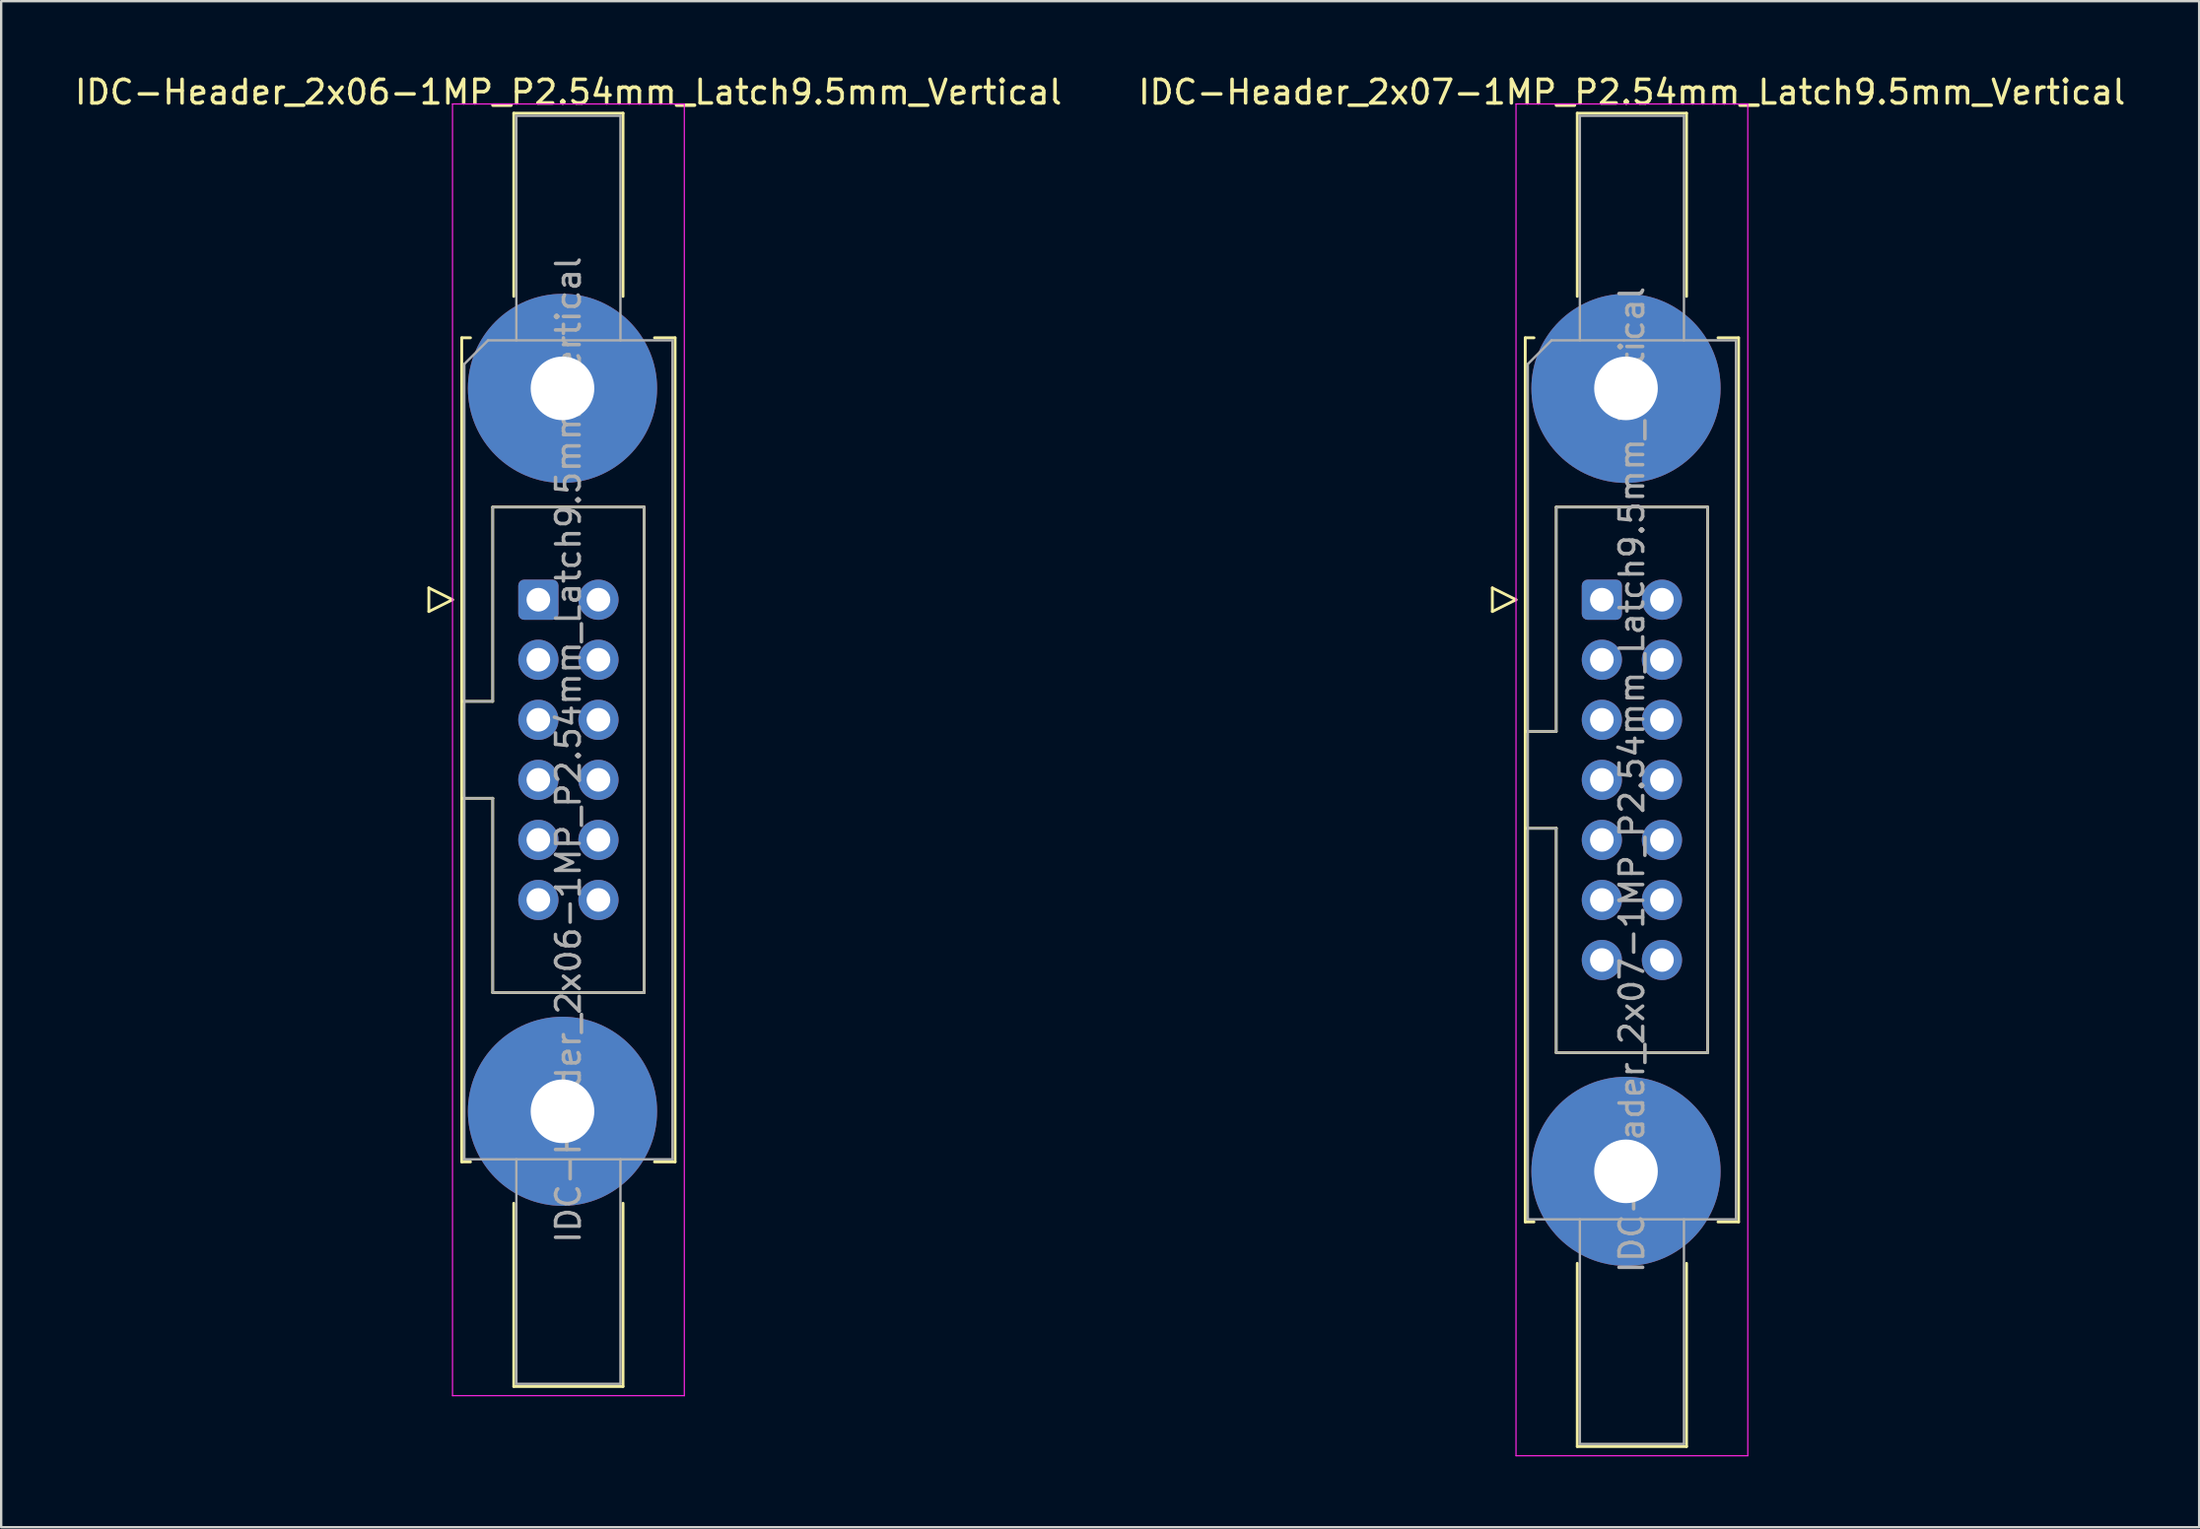
<source format=kicad_pcb>
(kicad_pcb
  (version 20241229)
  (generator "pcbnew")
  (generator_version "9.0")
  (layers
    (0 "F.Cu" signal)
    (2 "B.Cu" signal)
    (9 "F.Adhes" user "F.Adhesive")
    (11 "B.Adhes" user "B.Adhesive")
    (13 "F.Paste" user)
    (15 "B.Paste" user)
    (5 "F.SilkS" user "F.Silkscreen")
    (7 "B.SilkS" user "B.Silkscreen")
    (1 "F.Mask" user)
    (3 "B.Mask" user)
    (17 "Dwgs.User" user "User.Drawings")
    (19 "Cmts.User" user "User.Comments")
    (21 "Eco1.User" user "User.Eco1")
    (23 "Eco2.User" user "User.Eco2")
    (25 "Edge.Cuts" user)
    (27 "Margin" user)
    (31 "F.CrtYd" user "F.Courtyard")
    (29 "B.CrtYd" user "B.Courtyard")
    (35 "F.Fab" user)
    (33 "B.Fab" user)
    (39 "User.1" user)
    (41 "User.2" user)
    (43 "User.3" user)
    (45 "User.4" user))
  (footprint "IDC-Header_2x07-1MP_P2.54mm_Latch9.5mm_Vertical"
    (layer "F.Cu")
    (at 64.676 22.318)
    (property "Reference" "IDC-Header_2x07-1MP_P2.54mm_Latch9.5mm_Vertical" (at 1.27 -21.47 0) (layer "F.SilkS") (effects (font (size 1 1) (thickness 0.15))))
    (attr through_hole)
    (fp_line (start -4.63 -0.5) (end -4.63 0.5) (stroke (width 0.12) (type solid)) (layer "F.SilkS"))
    (fp_line (start -4.63 0.5) (end -3.63 0) (stroke (width 0.12) (type solid)) (layer "F.SilkS"))
    (fp_line (start -3.63 0) (end -4.63 -0.5) (stroke (width 0.12) (type solid)) (layer "F.SilkS"))
    (fp_line (start -3.24 -11.08) (end -3.24 26.32) (stroke (width 0.12) (type solid)) (layer "F.SilkS"))
    (fp_line (start -3.24 5.57) (end -1.93 5.57) (stroke (width 0.12) (type solid)) (layer "F.SilkS"))
    (fp_line (start -3.24 26.32) (end -2.87 26.32) (stroke (width 0.12) (type solid)) (layer "F.SilkS"))
    (fp_line (start -2.87 -11.08) (end -3.24 -11.08) (stroke (width 0.12) (type solid)) (layer "F.SilkS"))
    (fp_line (start -1.93 -3.92) (end 4.47 -3.92) (stroke (width 0.12) (type solid)) (layer "F.SilkS"))
    (fp_line (start -1.93 5.57) (end -1.93 -3.92) (stroke (width 0.12) (type solid)) (layer "F.SilkS"))
    (fp_line (start -1.93 9.67) (end -3.24 9.67) (stroke (width 0.12) (type solid)) (layer "F.SilkS"))
    (fp_line (start -1.93 9.67) (end -1.93 9.67) (stroke (width 0.12) (type solid)) (layer "F.SilkS"))
    (fp_line (start -1.93 19.16) (end -1.93 9.67) (stroke (width 0.12) (type solid)) (layer "F.SilkS"))
    (fp_line (start -1.04 -20.58) (end 3.58 -20.58) (stroke (width 0.12) (type solid)) (layer "F.SilkS"))
    (fp_line (start -1.04 -12.83) (end -1.04 -20.58) (stroke (width 0.12) (type solid)) (layer "F.SilkS"))
    (fp_line (start -1.04 28.07) (end -1.04 35.82) (stroke (width 0.12) (type solid)) (layer "F.SilkS"))
    (fp_line (start -1.04 35.82) (end 3.58 35.82) (stroke (width 0.12) (type solid)) (layer "F.SilkS"))
    (fp_line (start 3.58 -20.58) (end 3.58 -12.83) (stroke (width 0.12) (type solid)) (layer "F.SilkS"))
    (fp_line (start 3.58 35.82) (end 3.58 28.07) (stroke (width 0.12) (type solid)) (layer "F.SilkS"))
    (fp_line (start 4.47 -3.92) (end 4.47 19.16) (stroke (width 0.12) (type solid)) (layer "F.SilkS"))
    (fp_line (start 4.47 19.16) (end -1.93 19.16) (stroke (width 0.12) (type solid)) (layer "F.SilkS"))
    (fp_line (start 4.91 -11.08) (end 5.78 -11.08) (stroke (width 0.12) (type solid)) (layer "F.SilkS"))
    (fp_line (start 5.78 -11.08) (end 5.78 26.32) (stroke (width 0.12) (type solid)) (layer "F.SilkS"))
    (fp_line (start 5.78 26.32) (end 4.91 26.32) (stroke (width 0.12) (type solid)) (layer "F.SilkS"))
    (fp_line (start -3.63 -20.97) (end -3.63 36.21) (stroke (width 0.05) (type solid)) (layer "F.CrtYd"))
    (fp_line (start -3.63 36.21) (end 6.17 36.21) (stroke (width 0.05) (type solid)) (layer "F.CrtYd"))
    (fp_line (start 6.17 -20.97) (end -3.63 -20.97) (stroke (width 0.05) (type solid)) (layer "F.CrtYd"))
    (fp_line (start 6.17 36.21) (end 6.17 -20.97) (stroke (width 0.05) (type solid)) (layer "F.CrtYd"))
    (fp_line (start -3.13 -9.97) (end -2.13 -10.97) (stroke (width 0.1) (type solid)) (layer "F.Fab"))
    (fp_line (start -3.13 5.57) (end -1.93 5.57) (stroke (width 0.1) (type solid)) (layer "F.Fab"))
    (fp_line (start -3.13 26.21) (end -3.13 -9.97) (stroke (width 0.1) (type solid)) (layer "F.Fab"))
    (fp_line (start -2.13 -10.97) (end 5.67 -10.97) (stroke (width 0.1) (type solid)) (layer "F.Fab"))
    (fp_line (start -1.93 -3.92) (end 4.47 -3.92) (stroke (width 0.1) (type solid)) (layer "F.Fab"))
    (fp_line (start -1.93 5.57) (end -1.93 -3.92) (stroke (width 0.1) (type solid)) (layer "F.Fab"))
    (fp_line (start -1.93 9.67) (end -3.13 9.67) (stroke (width 0.1) (type solid)) (layer "F.Fab"))
    (fp_line (start -1.93 9.67) (end -1.93 9.67) (stroke (width 0.1) (type solid)) (layer "F.Fab"))
    (fp_line (start -1.93 19.16) (end -1.93 9.67) (stroke (width 0.1) (type solid)) (layer "F.Fab"))
    (fp_line (start -0.93 -20.47) (end 3.47 -20.47) (stroke (width 0.1) (type solid)) (layer "F.Fab"))
    (fp_line (start -0.93 -10.97) (end -0.93 -20.47) (stroke (width 0.1) (type solid)) (layer "F.Fab"))
    (fp_line (start -0.93 26.21) (end -0.93 35.71) (stroke (width 0.1) (type solid)) (layer "F.Fab"))
    (fp_line (start -0.93 35.71) (end 3.47 35.71) (stroke (width 0.1) (type solid)) (layer "F.Fab"))
    (fp_line (start 3.47 -20.47) (end 3.47 -10.97) (stroke (width 0.1) (type solid)) (layer "F.Fab"))
    (fp_line (start 3.47 35.71) (end 3.47 26.21) (stroke (width 0.1) (type solid)) (layer "F.Fab"))
    (fp_line (start 4.47 -3.92) (end 4.47 19.16) (stroke (width 0.1) (type solid)) (layer "F.Fab"))
    (fp_line (start 4.47 19.16) (end -1.93 19.16) (stroke (width 0.1) (type solid)) (layer "F.Fab"))
    (fp_line (start 5.67 -10.97) (end 5.67 26.21) (stroke (width 0.1) (type solid)) (layer "F.Fab"))
    (fp_line (start 5.67 26.21) (end -3.13 26.21) (stroke (width 0.1) (type solid)) (layer "F.Fab"))
    (fp_text user "${REFERENCE}" (at 1.27 7.62 90) (layer "F.Fab") (effects (font (size 1 1) (thickness 0.15))))
    (pad "1" thru_hole roundrect (at 0 0) (size 1.7 1.7) (drill 1) (layers "*.Cu" "*.Mask") (roundrect_rratio 0.147))
    (pad "2" thru_hole circle (at 2.54 0) (size 1.7 1.7) (drill 1) (layers "*.Cu" "*.Mask"))
    (pad "3" thru_hole circle (at 0 2.54) (size 1.7 1.7) (drill 1) (layers "*.Cu" "*.Mask"))
    (pad "4" thru_hole circle (at 2.54 2.54) (size 1.7 1.7) (drill 1) (layers "*.Cu" "*.Mask"))
    (pad "5" thru_hole circle (at 0 5.08) (size 1.7 1.7) (drill 1) (layers "*.Cu" "*.Mask"))
    (pad "6" thru_hole circle (at 2.54 5.08) (size 1.7 1.7) (drill 1) (layers "*.Cu" "*.Mask"))
    (pad "7" thru_hole circle (at 0 7.62) (size 1.7 1.7) (drill 1) (layers "*.Cu" "*.Mask"))
    (pad "8" thru_hole circle (at 2.54 7.62) (size 1.7 1.7) (drill 1) (layers "*.Cu" "*.Mask"))
    (pad "9" thru_hole circle (at 0 10.16) (size 1.7 1.7) (drill 1) (layers "*.Cu" "*.Mask"))
    (pad "10" thru_hole circle (at 2.54 10.16) (size 1.7 1.7) (drill 1) (layers "*.Cu" "*.Mask"))
    (pad "11" thru_hole circle (at 0 12.7) (size 1.7 1.7) (drill 1) (layers "*.Cu" "*.Mask"))
    (pad "12" thru_hole circle (at 2.54 12.7) (size 1.7 1.7) (drill 1) (layers "*.Cu" "*.Mask"))
    (pad "13" thru_hole circle (at 0 15.24) (size 1.7 1.7) (drill 1) (layers "*.Cu" "*.Mask"))
    (pad "14" thru_hole circle (at 2.54 15.24) (size 1.7 1.7) (drill 1) (layers "*.Cu" "*.Mask"))
    (pad "MP" thru_hole circle (at 1.02 -8.94) (size 8 8) (drill 2.69) (layers "*.Cu" "*.Mask"))
    (pad "MP" thru_hole circle (at 1.02 24.18) (size 8 8) (drill 2.69) (layers "*.Cu" "*.Mask")))
  (footprint "IDC-Header_2x06-1MP_P2.54mm_Latch9.5mm_Vertical"
    (layer "F.Cu")
    (at 19.712 22.318)
    (property "Reference" "IDC-Header_2x06-1MP_P2.54mm_Latch9.5mm_Vertical" (at 1.27 -21.47 0) (layer "F.SilkS") (effects (font (size 1 1) (thickness 0.15))))
    (attr through_hole)
    (fp_line (start -4.63 -0.5) (end -4.63 0.5) (stroke (width 0.12) (type solid)) (layer "F.SilkS"))
    (fp_line (start -4.63 0.5) (end -3.63 0) (stroke (width 0.12) (type solid)) (layer "F.SilkS"))
    (fp_line (start -3.63 0) (end -4.63 -0.5) (stroke (width 0.12) (type solid)) (layer "F.SilkS"))
    (fp_line (start -3.24 -11.08) (end -3.24 23.78) (stroke (width 0.12) (type solid)) (layer "F.SilkS"))
    (fp_line (start -3.24 4.3) (end -1.93 4.3) (stroke (width 0.12) (type solid)) (layer "F.SilkS"))
    (fp_line (start -3.24 23.78) (end -2.87 23.78) (stroke (width 0.12) (type solid)) (layer "F.SilkS"))
    (fp_line (start -2.87 -11.08) (end -3.24 -11.08) (stroke (width 0.12) (type solid)) (layer "F.SilkS"))
    (fp_line (start -1.93 -3.92) (end 4.47 -3.92) (stroke (width 0.12) (type solid)) (layer "F.SilkS"))
    (fp_line (start -1.93 4.3) (end -1.93 -3.92) (stroke (width 0.12) (type solid)) (layer "F.SilkS"))
    (fp_line (start -1.93 8.4) (end -3.24 8.4) (stroke (width 0.12) (type solid)) (layer "F.SilkS"))
    (fp_line (start -1.93 8.4) (end -1.93 8.4) (stroke (width 0.12) (type solid)) (layer "F.SilkS"))
    (fp_line (start -1.93 16.62) (end -1.93 8.4) (stroke (width 0.12) (type solid)) (layer "F.SilkS"))
    (fp_line (start -1.04 -20.58) (end 3.58 -20.58) (stroke (width 0.12) (type solid)) (layer "F.SilkS"))
    (fp_line (start -1.04 -12.83) (end -1.04 -20.58) (stroke (width 0.12) (type solid)) (layer "F.SilkS"))
    (fp_line (start -1.04 25.53) (end -1.04 33.28) (stroke (width 0.12) (type solid)) (layer "F.SilkS"))
    (fp_line (start -1.04 33.28) (end 3.58 33.28) (stroke (width 0.12) (type solid)) (layer "F.SilkS"))
    (fp_line (start 3.58 -20.58) (end 3.58 -12.83) (stroke (width 0.12) (type solid)) (layer "F.SilkS"))
    (fp_line (start 3.58 33.28) (end 3.58 25.53) (stroke (width 0.12) (type solid)) (layer "F.SilkS"))
    (fp_line (start 4.47 -3.92) (end 4.47 16.62) (stroke (width 0.12) (type solid)) (layer "F.SilkS"))
    (fp_line (start 4.47 16.62) (end -1.93 16.62) (stroke (width 0.12) (type solid)) (layer "F.SilkS"))
    (fp_line (start 4.91 -11.08) (end 5.78 -11.08) (stroke (width 0.12) (type solid)) (layer "F.SilkS"))
    (fp_line (start 5.78 -11.08) (end 5.78 23.78) (stroke (width 0.12) (type solid)) (layer "F.SilkS"))
    (fp_line (start 5.78 23.78) (end 4.91 23.78) (stroke (width 0.12) (type solid)) (layer "F.SilkS"))
    (fp_line (start -3.63 -20.97) (end -3.63 33.67) (stroke (width 0.05) (type solid)) (layer "F.CrtYd"))
    (fp_line (start -3.63 33.67) (end 6.17 33.67) (stroke (width 0.05) (type solid)) (layer "F.CrtYd"))
    (fp_line (start 6.17 -20.97) (end -3.63 -20.97) (stroke (width 0.05) (type solid)) (layer "F.CrtYd"))
    (fp_line (start 6.17 33.67) (end 6.17 -20.97) (stroke (width 0.05) (type solid)) (layer "F.CrtYd"))
    (fp_line (start -3.13 -9.97) (end -2.13 -10.97) (stroke (width 0.1) (type solid)) (layer "F.Fab"))
    (fp_line (start -3.13 4.3) (end -1.93 4.3) (stroke (width 0.1) (type solid)) (layer "F.Fab"))
    (fp_line (start -3.13 23.67) (end -3.13 -9.97) (stroke (width 0.1) (type solid)) (layer "F.Fab"))
    (fp_line (start -2.13 -10.97) (end 5.67 -10.97) (stroke (width 0.1) (type solid)) (layer "F.Fab"))
    (fp_line (start -1.93 -3.92) (end 4.47 -3.92) (stroke (width 0.1) (type solid)) (layer "F.Fab"))
    (fp_line (start -1.93 4.3) (end -1.93 -3.92) (stroke (width 0.1) (type solid)) (layer "F.Fab"))
    (fp_line (start -1.93 8.4) (end -3.13 8.4) (stroke (width 0.1) (type solid)) (layer "F.Fab"))
    (fp_line (start -1.93 8.4) (end -1.93 8.4) (stroke (width 0.1) (type solid)) (layer "F.Fab"))
    (fp_line (start -1.93 16.62) (end -1.93 8.4) (stroke (width 0.1) (type solid)) (layer "F.Fab"))
    (fp_line (start -0.93 -20.47) (end 3.47 -20.47) (stroke (width 0.1) (type solid)) (layer "F.Fab"))
    (fp_line (start -0.93 -10.97) (end -0.93 -20.47) (stroke (width 0.1) (type solid)) (layer "F.Fab"))
    (fp_line (start -0.93 23.67) (end -0.93 33.17) (stroke (width 0.1) (type solid)) (layer "F.Fab"))
    (fp_line (start -0.93 33.17) (end 3.47 33.17) (stroke (width 0.1) (type solid)) (layer "F.Fab"))
    (fp_line (start 3.47 -20.47) (end 3.47 -10.97) (stroke (width 0.1) (type solid)) (layer "F.Fab"))
    (fp_line (start 3.47 33.17) (end 3.47 23.67) (stroke (width 0.1) (type solid)) (layer "F.Fab"))
    (fp_line (start 4.47 -3.92) (end 4.47 16.62) (stroke (width 0.1) (type solid)) (layer "F.Fab"))
    (fp_line (start 4.47 16.62) (end -1.93 16.62) (stroke (width 0.1) (type solid)) (layer "F.Fab"))
    (fp_line (start 5.67 -10.97) (end 5.67 23.67) (stroke (width 0.1) (type solid)) (layer "F.Fab"))
    (fp_line (start 5.67 23.67) (end -3.13 23.67) (stroke (width 0.1) (type solid)) (layer "F.Fab"))
    (fp_text user "${REFERENCE}" (at 1.27 6.35 90) (layer "F.Fab") (effects (font (size 1 1) (thickness 0.15))))
    (pad "1" thru_hole roundrect (at 0 0) (size 1.7 1.7) (drill 1) (layers "*.Cu" "*.Mask") (roundrect_rratio 0.147))
    (pad "2" thru_hole circle (at 2.54 0) (size 1.7 1.7) (drill 1) (layers "*.Cu" "*.Mask"))
    (pad "3" thru_hole circle (at 0 2.54) (size 1.7 1.7) (drill 1) (layers "*.Cu" "*.Mask"))
    (pad "4" thru_hole circle (at 2.54 2.54) (size 1.7 1.7) (drill 1) (layers "*.Cu" "*.Mask"))
    (pad "5" thru_hole circle (at 0 5.08) (size 1.7 1.7) (drill 1) (layers "*.Cu" "*.Mask"))
    (pad "6" thru_hole circle (at 2.54 5.08) (size 1.7 1.7) (drill 1) (layers "*.Cu" "*.Mask"))
    (pad "7" thru_hole circle (at 0 7.62) (size 1.7 1.7) (drill 1) (layers "*.Cu" "*.Mask"))
    (pad "8" thru_hole circle (at 2.54 7.62) (size 1.7 1.7) (drill 1) (layers "*.Cu" "*.Mask"))
    (pad "9" thru_hole circle (at 0 10.16) (size 1.7 1.7) (drill 1) (layers "*.Cu" "*.Mask"))
    (pad "10" thru_hole circle (at 2.54 10.16) (size 1.7 1.7) (drill 1) (layers "*.Cu" "*.Mask"))
    (pad "11" thru_hole circle (at 0 12.7) (size 1.7 1.7) (drill 1) (layers "*.Cu" "*.Mask"))
    (pad "12" thru_hole circle (at 2.54 12.7) (size 1.7 1.7) (drill 1) (layers "*.Cu" "*.Mask"))
    (pad "MP" thru_hole circle (at 1.02 -8.94) (size 8 8) (drill 2.69) (layers "*.Cu" "*.Mask"))
    (pad "MP" thru_hole circle (at 1.02 21.64) (size 8 8) (drill 2.69) (layers "*.Cu" "*.Mask")))
  (gr_rect
    (start -3 -3)
    (end 89.929 61.553)
    (stroke (width 0.1) (type default))
    (fill no)
    (layer "Edge.Cuts")))
</source>
